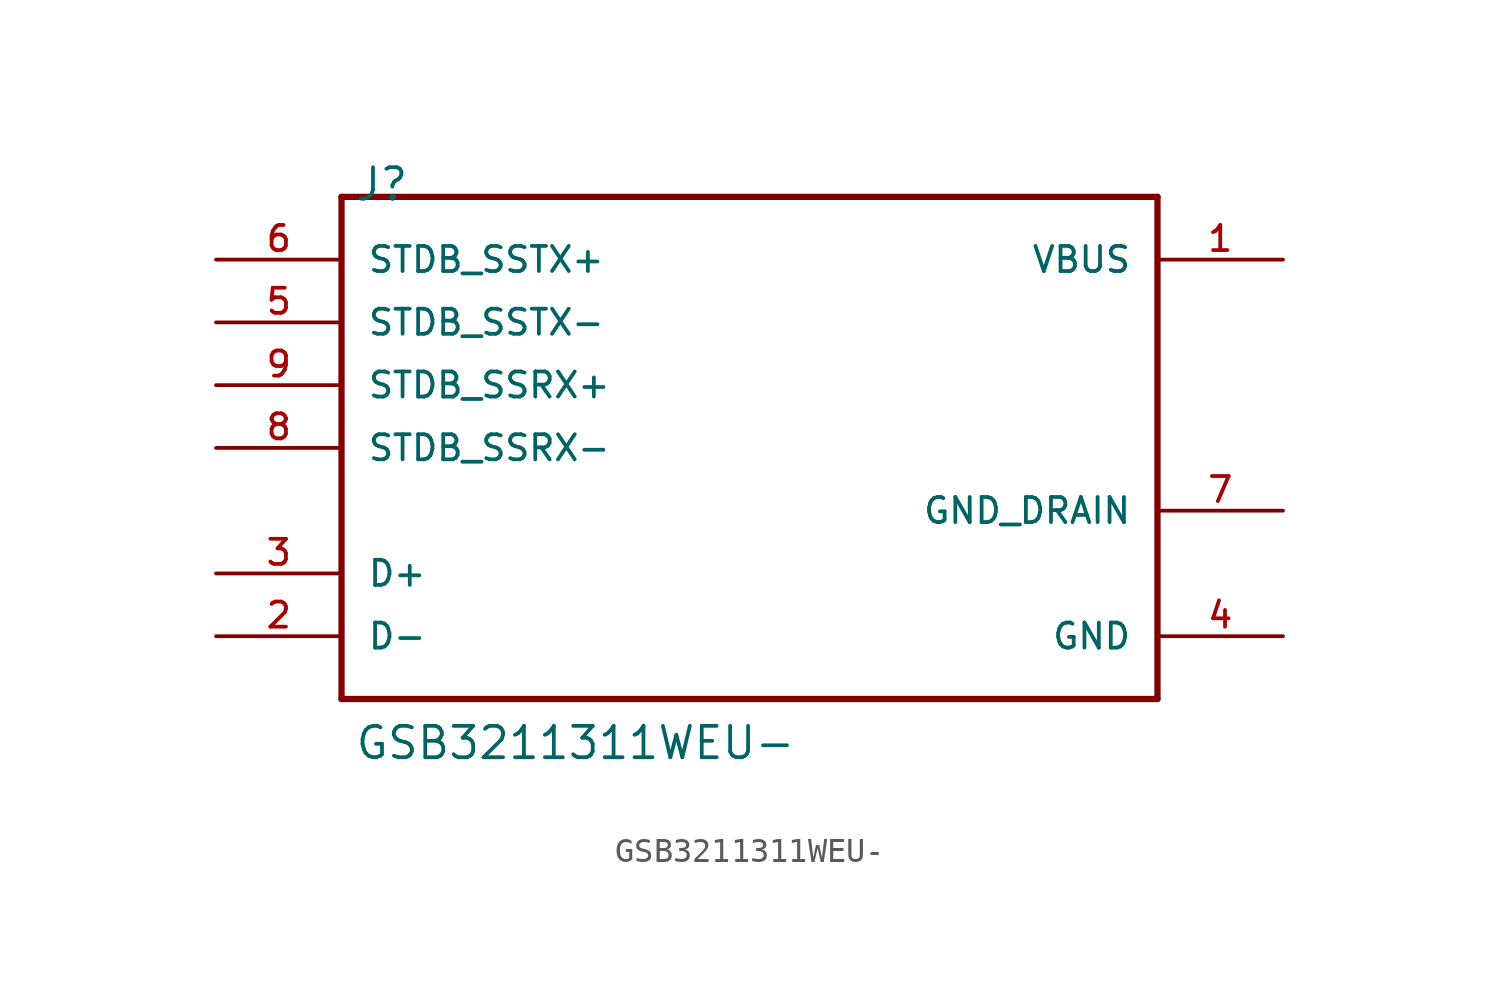
<source format=kicad_sym>
(kicad_symbol_lib
  (version 20220914)
  (generator kicad_symbol_editor)
  (symbol "GSB3211311WEU-"
    (pin_names
      (offset 1.016))
    (property "Reference" "J"
      (at -17.272 10.668 0)
      (effects (font (size 1.27 1.27)) (justify left)))
    (property "Value" "GSB3211311WEU-"
      (at -17.272 -11.938 0)
      (effects (font (size 1.27 1.27)) (justify left)))
    (property "ki_locked" ""
      (at 0 0 0)
      (effects (font (size 1.27 1.27))))
    (symbol "GSB3211311WEU-_0_0"
      (polyline (pts (xy -17.78 -10.16) (xy 15.24 -10.16)) (stroke (width 0.254) (type solid)) (fill (type none)))
      (polyline (pts (xy -17.78 10.16) (xy -17.78 -10.16)) (stroke (width 0.254) (type solid)) (fill (type none)))
      (polyline (pts (xy 15.24 -10.16) (xy 15.24 10.16)) (stroke (width 0.254) (type solid)) (fill (type none)))
      (polyline (pts (xy 15.24 10.16) (xy -17.78 10.16)) (stroke (width 0.254) (type solid)) (fill (type none)))
      (pin power_out line (at 20.32 7.62 180) (length 5.08) (name "VBUS" (effects (font (size 1.016 1.016)))) (number "1" (effects (font (size 1.016 1.016)))))
      (pin bidirectional line (at -22.86 -7.62 0) (length 5.08) (name "D-" (effects (font (size 1.016 1.016)))) (number "2" (effects (font (size 1.016 1.016)))))
      (pin bidirectional line (at -22.86 -5.08 0) (length 5.08) (name "D+" (effects (font (size 1.016 1.016)))) (number "3" (effects (font (size 1.016 1.016)))))
      (pin power_out line (at 20.32 -7.62 180) (length 5.08) (name "GND" (effects (font (size 1.016 1.016)))) (number "4" (effects (font (size 1.016 1.016)))))
      (pin bidirectional line (at -22.86 5.08 0) (length 5.08) (name "STDB_SSTX-" (effects (font (size 1.016 1.016)))) (number "5" (effects (font (size 1.016 1.016)))))
      (pin bidirectional line (at -22.86 7.62 0) (length 5.08) (name "STDB_SSTX+" (effects (font (size 1.016 1.016)))) (number "6" (effects (font (size 1.016 1.016)))))
      (pin input line (at 20.32 -2.54 180) (length 5.08) (name "GND_DRAIN" (effects (font (size 1.016 1.016)))) (number "7" (effects (font (size 1.016 1.016)))))
      (pin bidirectional line (at -22.86 0 0) (length 5.08) (name "STDB_SSRX-" (effects (font (size 1.016 1.016)))) (number "8" (effects (font (size 1.016 1.016)))))
      (pin bidirectional line (at -22.86 2.54 0) (length 5.08) (name "STDB_SSRX+" (effects (font (size 1.016 1.016)))) (number "9" (effects (font (size 1.016 1.016))))))))
</source>
